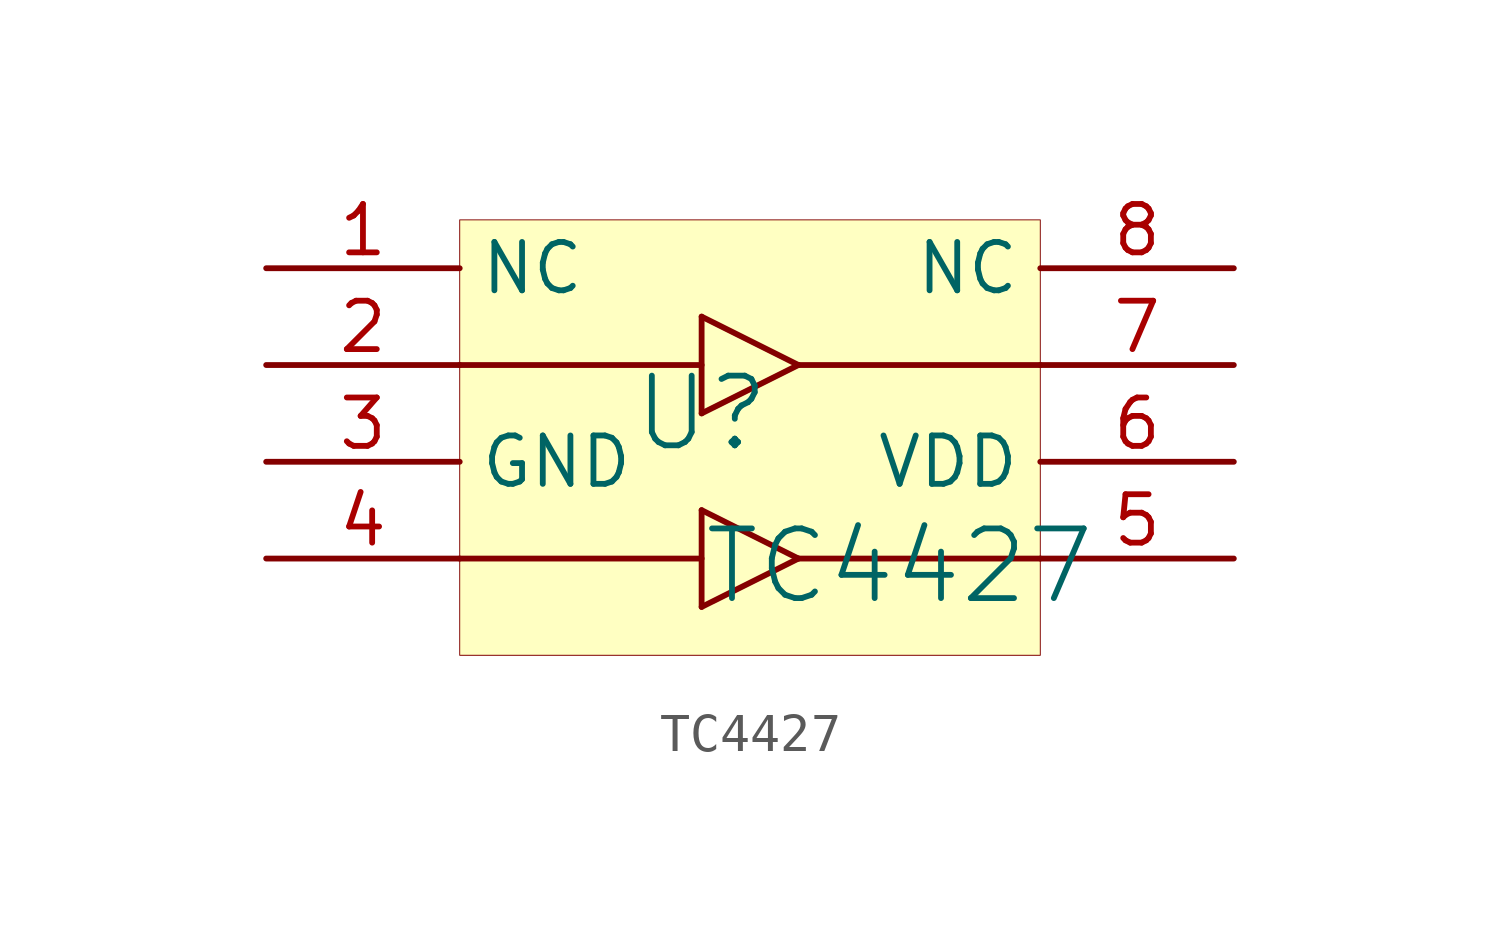
<source format=kicad_sym>
(kicad_symbol_lib
  (version 20241209)
  (generator "kicad_symbol_editor")
  (generator_version "9.0")
  (symbol "TC4427"
    (property "Reference" "U"
      (at -1.27 1.27 0)
      (effects (font (size 1.829 1.829))))
    (property "Value" "TC4427"
      (at -1.27 -3.81 0)
      (effects (font (size 1.829 1.829)) (justify left bottom)))
    (symbol "TC4427_1_0"
      (polyline (pts (xy -7.62 2.54) (xy -1.27 2.54)) (stroke (width 0) (type solid)) (fill (type none)))
      (polyline (pts (xy -7.62 -2.54) (xy -1.27 -2.54)) (stroke (width 0) (type solid)) (fill (type none)))
      (polyline (pts (xy -1.27 3.81) (xy 1.27 2.54)) (stroke (width 0) (type solid)) (fill (type none)))
      (polyline (pts (xy -1.27 1.27) (xy -1.27 3.81)) (stroke (width 0) (type solid)) (fill (type none)))
      (polyline (pts (xy -1.27 1.27) (xy 1.27 2.54)) (stroke (width 0) (type solid)) (fill (type none)))
      (polyline (pts (xy -1.27 -1.27) (xy 1.27 -2.54)) (stroke (width 0) (type solid)) (fill (type none)))
      (polyline (pts (xy -1.27 -3.81) (xy -1.27 -1.27)) (stroke (width 0) (type solid)) (fill (type none)))
      (polyline (pts (xy -1.27 -3.81) (xy 1.27 -2.54)) (stroke (width 0) (type solid)) (fill (type none)))
      (polyline (pts (xy 1.27 -2.54) (xy 7.62 -2.54)) (stroke (width 0) (type solid)) (fill (type none)))
      (rectangle (start 7.62 6.35) (end -7.62 -5.08) (stroke (width 0.025) (type solid) (color 128 0 0 1)) (fill (type background)))
      (polyline (pts (xy 7.62 2.54) (xy 1.27 2.54)) (stroke (width 0) (type solid)) (fill (type none)))
      (pin passive line (at -12.7 5.08 0) (length 5.08) (name "NC" (effects (font (size 1.27 1.27)))) (number "1" (effects (font (size 1.27 1.27)))))
      (pin passive line (at -12.7 2.54 0) (length 5.08) (name "INA" (effects (font (size 0 0)))) (number "2" (effects (font (size 1.27 1.27)))))
      (pin power_in line (at -12.7 0 0) (length 5.08) (name "GND" (effects (font (size 1.27 1.27)))) (number "3" (effects (font (size 1.27 1.27)))))
      (pin passive line (at -12.7 -2.54 0) (length 5.08) (name "INB" (effects (font (size 0 0)))) (number "4" (effects (font (size 1.27 1.27)))))
      (pin passive line (at 12.7 5.08 180) (length 5.08) (name "NC" (effects (font (size 1.27 1.27)))) (number "8" (effects (font (size 1.27 1.27)))))
      (pin passive line (at 12.7 2.54 180) (length 5.08) (name "~{OUTA}" (effects (font (size 0 0)))) (number "7" (effects (font (size 1.27 1.27)))))
      (pin power_in line (at 12.7 0 180) (length 5.08) (name "VDD" (effects (font (size 1.27 1.27)))) (number "6" (effects (font (size 1.27 1.27)))))
      (pin passive line (at 12.7 -2.54 180) (length 5.08) (name "OUTB" (effects (font (size 0 0)))) (number "5" (effects (font (size 1.27 1.27))))))))
</source>
